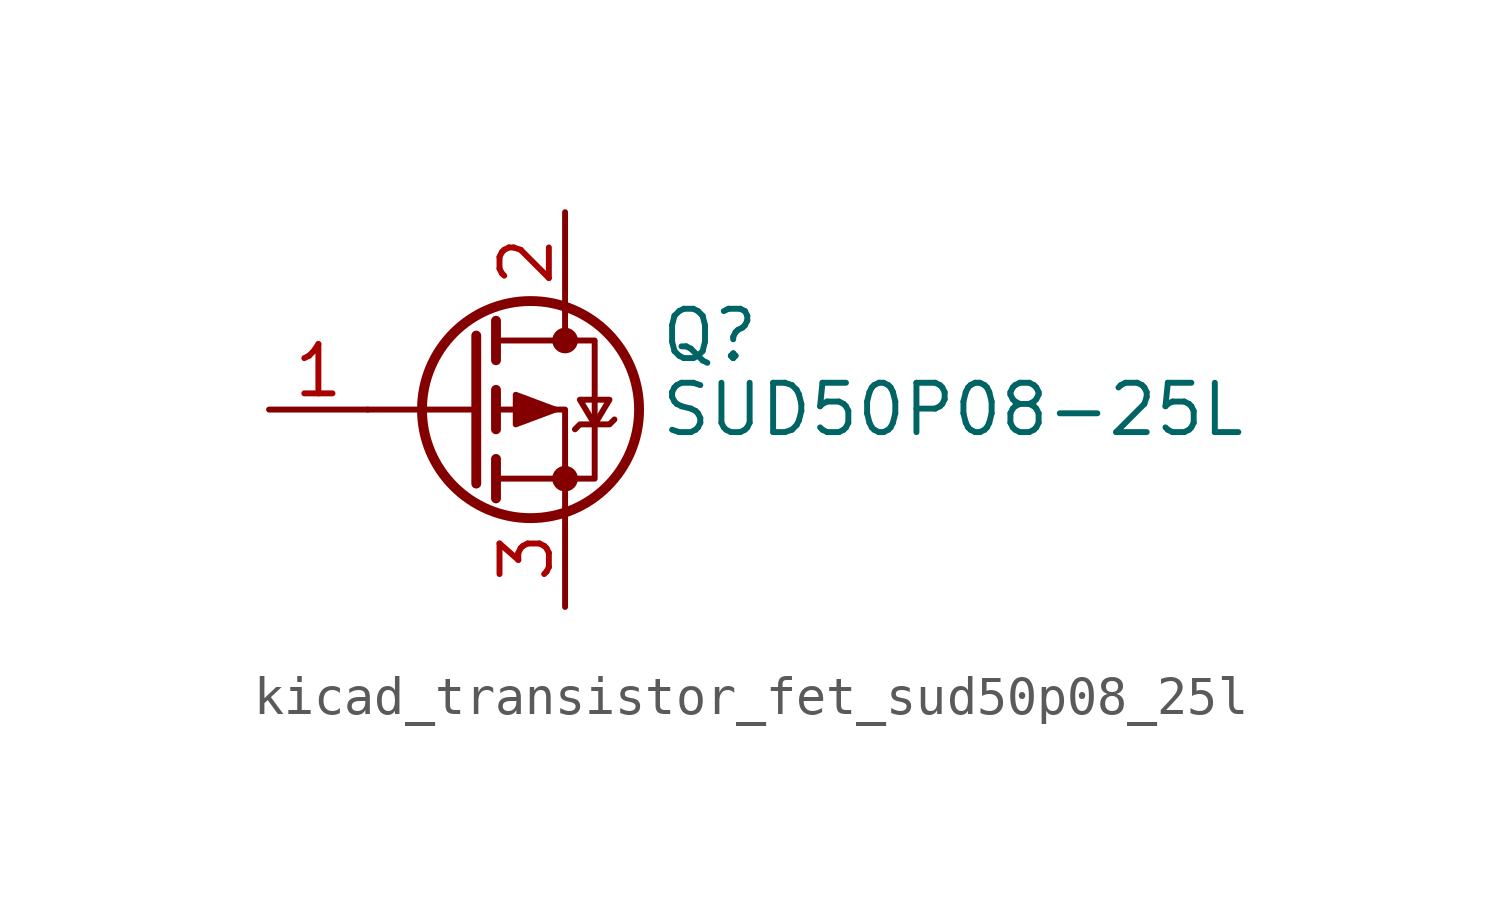
<source format=kicad_sym>
(kicad_symbol_lib
  (version 20220914)
  (generator kicad_symbol_editor)
  (symbol "kicad_transistor_fet_sud50p08_25l"
    (pin_names hide)
    (property "Reference" "Q"
      (at 4.953 1.905 0)
      (effects (font (size 1.27 1.27)) (justify left)))
    (property "Value" "SUD50P08-25L"
      (at 4.953 0 0)
      (effects (font (size 1.27 1.27)) (justify left)))
    (symbol "kicad_transistor_fet_sud50p08_25l_0_1"
      (polyline (pts (xy 0.254 0) (xy -2.54 0)) (stroke (width 0) (type default)) (fill (type none)))
      (polyline (pts (xy 0.254 1.905) (xy 0.254 -1.905)) (stroke (width 0.254) (type default)) (fill (type none)))
      (polyline (pts (xy 0.762 -1.27) (xy 0.762 -2.286)) (stroke (width 0.254) (type default)) (fill (type none)))
      (polyline (pts (xy 0.762 0.508) (xy 0.762 -0.508)) (stroke (width 0.254) (type default)) (fill (type none)))
      (polyline (pts (xy 0.762 2.286) (xy 0.762 1.27)) (stroke (width 0.254) (type default)) (fill (type none)))
      (polyline (pts (xy 2.54 2.54) (xy 2.54 1.778)) (stroke (width 0) (type default)) (fill (type none)))
      (polyline (pts (xy 2.54 -2.54) (xy 2.54 0) (xy 0.762 0)) (stroke (width 0) (type default)) (fill (type none)))
      (polyline (pts (xy 0.762 1.778) (xy 3.302 1.778) (xy 3.302 -1.778) (xy 0.762 -1.778)) (stroke (width 0) (type default)) (fill (type none)))
      (polyline (pts (xy 2.286 0) (xy 1.27 0.381) (xy 1.27 -0.381) (xy 2.286 0)) (stroke (width 0) (type default)) (fill (type outline)))
      (polyline (pts (xy 2.794 -0.508) (xy 2.921 -0.381) (xy 3.683 -0.381) (xy 3.81 -0.254)) (stroke (width 0) (type default)) (fill (type none)))
      (polyline (pts (xy 3.302 -0.381) (xy 2.921 0.254) (xy 3.683 0.254) (xy 3.302 -0.381)) (stroke (width 0) (type default)) (fill (type none)))
      (circle (center 1.651 0) (radius 2.794) (stroke (width 0.254) (type default)) (fill (type none)))
      (circle (center 2.54 -1.778) (radius 0.254) (stroke (width 0) (type default)) (fill (type outline)))
      (circle (center 2.54 1.778) (radius 0.254) (stroke (width 0) (type default)) (fill (type outline))))
    (symbol "kicad_transistor_fet_sud50p08_25l_1_1"
      (pin input line (at -5.08 0 0) (length 2.54) (name "G" (effects (font (size 1.27 1.27)))) (number "1" (effects (font (size 1.27 1.27)))))
      (pin passive line (at 2.54 5.08 270) (length 2.54) (name "D" (effects (font (size 1.27 1.27)))) (number "2" (effects (font (size 1.27 1.27)))))
      (pin passive line (at 2.54 -5.08 90) (length 2.54) (name "S" (effects (font (size 1.27 1.27)))) (number "3" (effects (font (size 1.27 1.27))))))))
</source>
